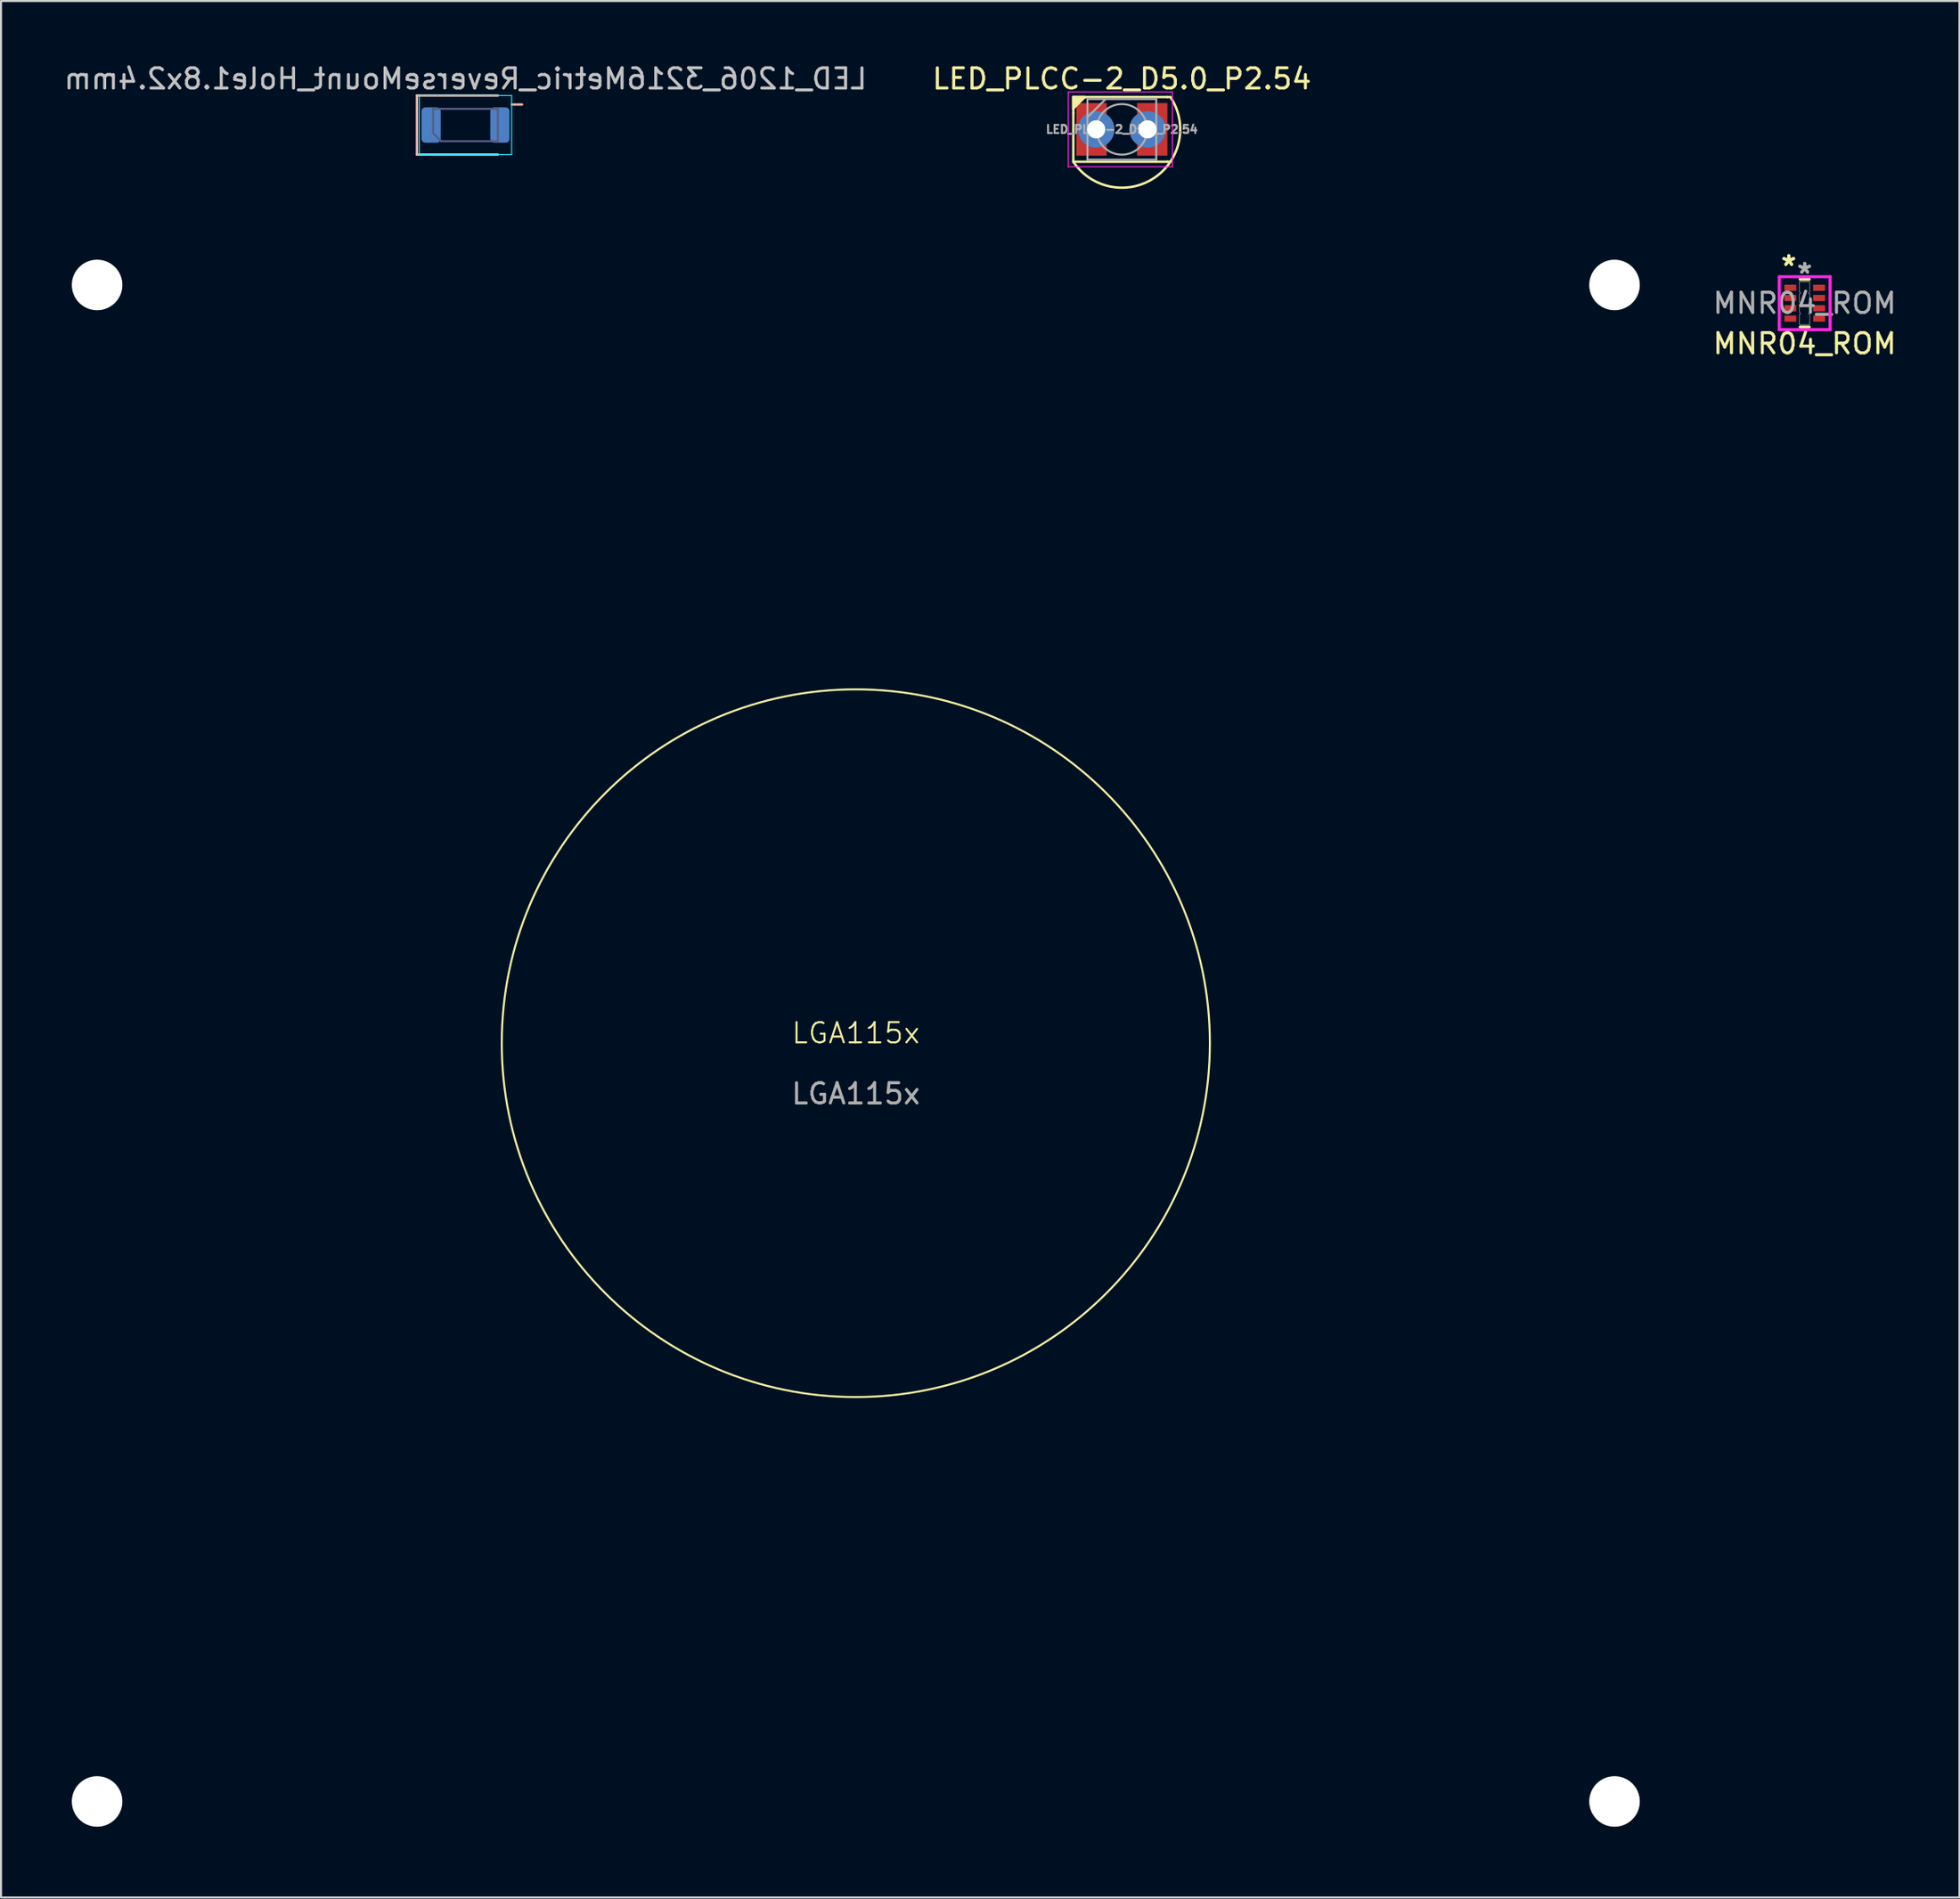
<source format=kicad_pcb>
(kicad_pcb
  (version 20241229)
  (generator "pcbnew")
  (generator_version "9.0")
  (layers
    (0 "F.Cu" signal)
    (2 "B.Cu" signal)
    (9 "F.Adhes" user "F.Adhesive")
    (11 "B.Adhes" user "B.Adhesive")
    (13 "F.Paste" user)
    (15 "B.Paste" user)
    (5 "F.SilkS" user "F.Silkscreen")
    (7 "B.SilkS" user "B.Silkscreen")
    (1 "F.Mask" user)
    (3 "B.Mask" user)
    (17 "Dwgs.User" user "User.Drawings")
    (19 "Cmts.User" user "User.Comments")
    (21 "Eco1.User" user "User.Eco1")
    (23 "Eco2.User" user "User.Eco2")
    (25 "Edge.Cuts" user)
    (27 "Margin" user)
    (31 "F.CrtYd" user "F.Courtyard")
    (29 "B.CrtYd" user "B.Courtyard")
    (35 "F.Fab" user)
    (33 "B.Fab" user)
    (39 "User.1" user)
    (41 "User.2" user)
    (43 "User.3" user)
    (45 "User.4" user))
  (footprint "MNR04_ROM"
    (layer "F.Cu")
    (at 86.149 11.944)
    (property "Reference" "MNR04_ROM" (at 0 2 0) (unlocked yes) (layer "F.SilkS") (effects (font (size 1 1) (thickness 0.15))))
    (attr smd)
    (fp_line (start -0.22 1.181) (end 0.22 1.181) (stroke (width 0.152) (type solid)) (layer "F.SilkS"))
    (fp_line (start 0.22 -1.181) (end -0.22 -1.181) (stroke (width 0.152) (type solid)) (layer "F.SilkS"))
    (fp_line (start -1.257 -1.308) (end 1.257 -1.308) (stroke (width 0.152) (type solid)) (layer "F.CrtYd"))
    (fp_line (start -1.257 1.308) (end -1.257 -1.308) (stroke (width 0.152) (type solid)) (layer "F.CrtYd"))
    (fp_line (start 1.257 -1.308) (end 1.257 1.308) (stroke (width 0.152) (type solid)) (layer "F.CrtYd"))
    (fp_line (start 1.257 1.308) (end -1.257 1.308) (stroke (width 0.152) (type solid)) (layer "F.CrtYd"))
    (fp_line (start -0.254 -1.054) (end -0.254 -0.965) (stroke (width 0.025) (type solid)) (layer "F.Fab"))
    (fp_line (start -0.254 -0.965) (end -0.254 -0.559) (stroke (width 0.025) (type solid)) (layer "F.Fab"))
    (fp_line (start -0.254 -0.457) (end -0.254 -0.051) (stroke (width 0.025) (type solid)) (layer "F.Fab"))
    (fp_line (start -0.254 0.051) (end -0.254 0.457) (stroke (width 0.025) (type solid)) (layer "F.Fab"))
    (fp_line (start -0.254 0.559) (end -0.254 0.965) (stroke (width 0.025) (type solid)) (layer "F.Fab"))
    (fp_line (start -0.254 0.965) (end -0.254 1.054) (stroke (width 0.025) (type solid)) (layer "F.Fab"))
    (fp_line (start -0.254 1.054) (end 0.254 1.054) (stroke (width 0.025) (type solid)) (layer "F.Fab"))
    (fp_line (start 0.254 -1.054) (end -0.254 -1.054) (stroke (width 0.025) (type solid)) (layer "F.Fab"))
    (fp_line (start 0.254 -1.054) (end 0.254 -0.965) (stroke (width 0.025) (type solid)) (layer "F.Fab"))
    (fp_line (start 0.254 -0.965) (end 0.254 -0.559) (stroke (width 0.025) (type solid)) (layer "F.Fab"))
    (fp_line (start 0.254 -0.457) (end 0.254 -0.051) (stroke (width 0.025) (type solid)) (layer "F.Fab"))
    (fp_line (start 0.254 0.051) (end 0.254 0.457) (stroke (width 0.025) (type solid)) (layer "F.Fab"))
    (fp_line (start 0.254 0.559) (end 0.254 0.965) (stroke (width 0.025) (type solid)) (layer "F.Fab"))
    (fp_line (start 0.254 0.965) (end 0.254 1.054) (stroke (width 0.025) (type solid)) (layer "F.Fab"))
    (fp_arc (start -0.254 -0.5588) (mid -0.2032 -0.508) (end -0.254 -0.4572) (stroke (width 0.0254) (type solid)) (layer "F.Fab"))
    (fp_arc (start -0.254 -0.0508) (mid -0.2032 0) (end -0.254 0.0508) (stroke (width 0.0254) (type solid)) (layer "F.Fab"))
    (fp_arc (start -0.254 0.4572) (mid -0.2032 0.508) (end -0.254 0.5588) (stroke (width 0.0254) (type solid)) (layer "F.Fab"))
    (fp_arc (start 0.254 -0.4572) (mid 0.2032 -0.508) (end 0.254 -0.5588) (stroke (width 0.0254) (type solid)) (layer "F.Fab"))
    (fp_arc (start 0.254 0.0508) (mid 0.2032 0) (end 0.254 -0.0508) (stroke (width 0.0254) (type solid)) (layer "F.Fab"))
    (fp_arc (start 0.254 0.5588) (mid 0.2032 0.508) (end 0.254 0.4572) (stroke (width 0.0254) (type solid)) (layer "F.Fab"))
    (fp_text user "*" (at -0.787 -1.803 0) (layer "F.SilkS") (effects (font (size 1 1) (thickness 0.15))))
    (fp_text user "*" (at -0.787 -1.803 0) (unlocked yes) (layer "F.SilkS") (effects (font (size 1 1) (thickness 0.15))))
    (fp_text user "${REFERENCE}" (at 0 0 0) (unlocked yes) (layer "F.Fab") (effects (font (size 1 1) (thickness 0.15))))
    (fp_text user "*" (at 0 -1.422 0) (layer "F.Fab") (effects (font (size 1 1) (thickness 0.15))))
    (fp_text user "*" (at 0 -1.422 0) (unlocked yes) (layer "F.Fab") (effects (font (size 1 1) (thickness 0.15))))
    (pad "1" smd rect (at -0.711 -0.762) (size 0.584 0.305) (layers "F.Cu" "F.Mask" "F.Paste"))
    (pad "2" smd rect (at 0.711 -0.762) (size 0.584 0.305) (layers "F.Cu" "F.Mask" "F.Paste"))
    (pad "3" smd rect (at -0.711 -0.254) (size 0.584 0.305) (layers "F.Cu" "F.Mask" "F.Paste"))
    (pad "4" smd rect (at 0.711 -0.254) (size 0.584 0.305) (layers "F.Cu" "F.Mask" "F.Paste"))
    (pad "5" smd rect (at -0.711 0.254) (size 0.584 0.305) (layers "F.Cu" "F.Mask" "F.Paste"))
    (pad "6" smd rect (at 0.711 0.254) (size 0.584 0.305) (layers "F.Cu" "F.Mask" "F.Paste"))
    (pad "7" smd rect (at -0.711 0.762) (size 0.584 0.305) (layers "F.Cu" "F.Mask" "F.Paste"))
    (pad "8" smd rect (at 0.711 0.762) (size 0.584 0.305) (layers "F.Cu" "F.Mask" "F.Paste")))
  (footprint "LGA115x"
    (layer "F.Cu")
    (at 39.25 48.543)
    (property "Reference" "LGA115x" (at 0 -0.5 0) (unlocked yes) (layer "F.SilkS") (effects (font (size 1 1) (thickness 0.1))))
    (attr smd)
    (fp_circle (center 0 0) (end 17.5 0) (stroke (width 0.1) (type default)) (fill no) (layer "F.SilkS"))
    (fp_text user "${REFERENCE}" (at 0 2.5 0) (unlocked yes) (layer "F.Fab") (effects (font (size 1 1) (thickness 0.15))))
    (pad "" np_thru_hole circle (at -37.5 -37.5) (size 2.5 2.5) (drill 3.5) (layers "*.Cu" "*.Mask"))
    (pad "" np_thru_hole circle (at -37.5 37.5) (size 2.5 2.5) (drill 3.5) (layers "*.Cu" "*.Mask"))
    (pad "" np_thru_hole circle (at 37.5 -37.5) (size 2.5 2.5) (drill 3.5) (layers "*.Cu" "*.Mask"))
    (pad "" np_thru_hole circle (at 37.5 37.5) (size 2.5 2.5) (drill 3.5) (layers "*.Cu" "*.Mask")))
  (footprint "LED_1206_3216Metric_ReverseMount_Hole1.8x2.4mm"
    (layer "F.Cu")
    (at 19.958 3.134)
    (property "Reference" "LED_1206_3216Metric_ReverseMount_Hole1.8x2.4mm" (at 0 -2.286 0) (layer "Dwgs.User") (effects (font (size 1 1) (thickness 0.15)) (justify mirror)))
    (attr exclude_from_pos_files exclude_from_bom)
    (fp_line (start -2.4 -1.46) (end 1.6 -1.46) (stroke (width 0.12) (type solid)) (layer "B.SilkS"))
    (fp_line (start -2.4 1.46) (end -2.4 -1.46) (stroke (width 0.12) (type solid)) (layer "B.SilkS"))
    (fp_line (start 1.6 1.46) (end -2.4 1.46) (stroke (width 0.12) (type solid)) (layer "B.SilkS"))
    (fp_line (start 2.286 -1.016) (end 2.794 -1.016) (stroke (width 0.12) (type solid)) (layer "B.SilkS"))
    (fp_line (start -1.143 -0.889) (end 1.143 -0.889) (stroke (width 0.01) (type solid)) (layer "Eco1.User"))
    (fp_line (start -1.143 0.889) (end -1.143 -0.889) (stroke (width 0.01) (type solid)) (layer "Eco1.User"))
    (fp_line (start 1.143 0.889) (end -1.143 0.889) (stroke (width 0.01) (type solid)) (layer "Eco1.User"))
    (fp_line (start 1.143 0.889) (end 1.143 -0.889) (stroke (width 0.01) (type solid)) (layer "Eco1.User"))
    (fp_line (start -2.28 -1.46) (end -2.28 1.46) (stroke (width 0.05) (type solid)) (layer "B.CrtYd"))
    (fp_line (start -2.28 1.46) (end 2.28 1.46) (stroke (width 0.05) (type solid)) (layer "B.CrtYd"))
    (fp_line (start 2.28 -1.46) (end -2.28 -1.46) (stroke (width 0.05) (type solid)) (layer "B.CrtYd"))
    (fp_line (start 2.28 1.46) (end 2.28 -1.46) (stroke (width 0.05) (type solid)) (layer "B.CrtYd"))
    (fp_line (start -1.6 -0.8) (end 1.6 -0.8) (stroke (width 0.1) (type solid)) (layer "B.Fab"))
    (fp_line (start -1.6 0.4) (end -1.6 -0.8) (stroke (width 0.1) (type solid)) (layer "B.Fab"))
    (fp_line (start -1.2 0.8) (end -1.6 0.4) (stroke (width 0.1) (type solid)) (layer "B.Fab"))
    (fp_line (start 1.6 -0.8) (end 1.6 0.8) (stroke (width 0.1) (type solid)) (layer "B.Fab"))
    (fp_line (start 1.6 0.8) (end -1.2 0.8) (stroke (width 0.1) (type solid)) (layer "B.Fab"))
    (pad "3" smd roundrect (at 1.7 0) (size 0.95 1.75) (layers "B.Cu" "B.Mask" "B.Paste") (roundrect_rratio 0.2))
    (pad "4" smd roundrect (at -1.7 0) (size 0.95 1.75) (layers "B.Cu" "B.Mask" "B.Paste") (roundrect_rratio 0.2)))
  (footprint "LED_PLCC-2_D5.0_P2.54"
    (layer "F.Cu")
    (at 52.399 3.348)
    (property "Reference" "LED_PLCC-2_D5.0_P2.54" (at 0 -2.5 0) (layer "F.SilkS") (effects (font (size 1 1) (thickness 0.15))))
    (attr smd)
    (fp_line (start -2.4 -1.6) (end -2.4 -1.016) (stroke (width 0.12) (type solid)) (layer "F.SilkS"))
    (fp_line (start -2.4 -1.6) (end -2.4 -0.8) (stroke (width 0.12) (type solid)) (layer "F.SilkS"))
    (fp_line (start -2.4 -1.6) (end -1.816 -1.6) (stroke (width 0.12) (type solid)) (layer "F.SilkS"))
    (fp_line (start -2.4 -0.8) (end -2.4 1.6) (stroke (width 0.12) (type solid)) (layer "F.SilkS"))
    (fp_line (start 2.25 -1.6) (end -2.4 -1.6) (stroke (width 0.12) (type solid)) (layer "F.SilkS"))
    (fp_line (start 2.25 -1.6) (end 2.4 -1.6) (stroke (width 0.12) (type solid)) (layer "F.SilkS"))
    (fp_line (start 2.25 1.6) (end -2.4 1.6) (stroke (width 0.12) (type solid)) (layer "F.SilkS"))
    (fp_line (start 2.25 1.6) (end 2.388 1.6) (stroke (width 0.12) (type solid)) (layer "F.SilkS"))
    (fp_arc (start 2.4 -1.6) (mid 1.6 2.4) (end -2.4 1.6) (stroke (width 0.12) (type solid)) (layer "F.SilkS"))
    (fp_poly (pts (xy -2.4 -1.016) (xy -2.4 -1.6) (xy -1.816 -1.6)) (stroke (width 0.1) (type solid)) (fill yes) (layer "F.SilkS"))
    (fp_line (start -2.65 -1.85) (end 2.5 -1.85) (stroke (width 0.05) (type solid)) (layer "F.CrtYd"))
    (fp_line (start -2.65 1.85) (end -2.65 -1.85) (stroke (width 0.05) (type solid)) (layer "F.CrtYd"))
    (fp_line (start 2.5 -1.85) (end 2.5 1.85) (stroke (width 0.05) (type solid)) (layer "F.CrtYd"))
    (fp_line (start 2.5 1.85) (end -2.65 1.85) (stroke (width 0.05) (type solid)) (layer "F.CrtYd"))
    (fp_line (start -1.7 -1.5) (end -1.7 1.5) (stroke (width 0.1) (type solid)) (layer "F.Fab"))
    (fp_line (start -1.7 -0.6) (end -0.8 -1.5) (stroke (width 0.1) (type solid)) (layer "F.Fab"))
    (fp_line (start -1.7 1.5) (end 1.7 1.5) (stroke (width 0.1) (type solid)) (layer "F.Fab"))
    (fp_line (start 1.7 -1.5) (end -1.7 -1.5) (stroke (width 0.1) (type solid)) (layer "F.Fab"))
    (fp_line (start 1.7 1.5) (end 1.7 -1.5) (stroke (width 0.1) (type solid)) (layer "F.Fab"))
    (fp_circle (center 0 0) (end 0 -1.25) (stroke (width 0.1) (type solid)) (fill no) (layer "F.Fab"))
    (fp_text user "${REFERENCE}" (at 0 0 0) (layer "F.Fab") (effects (font (size 0.4 0.4) (thickness 0.1))))
    (pad "1" smd rect (at -1.5 0) (size 1.5 2.6) (layers "F.Cu" "F.Mask" "F.Paste"))
    (pad "1" thru_hole circle (at -1.27 0) (size 1.8 1.8) (drill 0.9) (layers "*.Cu" "*.Mask"))
    (pad "2" thru_hole circle (at 1.27 0 180) (size 1.8 1.8) (drill 0.9) (layers "*.Cu" "*.Mask"))
    (pad "2" smd rect (at 1.5 0) (size 1.5 2.6) (layers "F.Cu" "F.Mask" "F.Paste")))
  (gr_rect
    (start -3 -3)
    (end 93.798 90.793)
    (stroke (width 0.1) (type default))
    (fill no)
    (layer "Edge.Cuts")))
</source>
